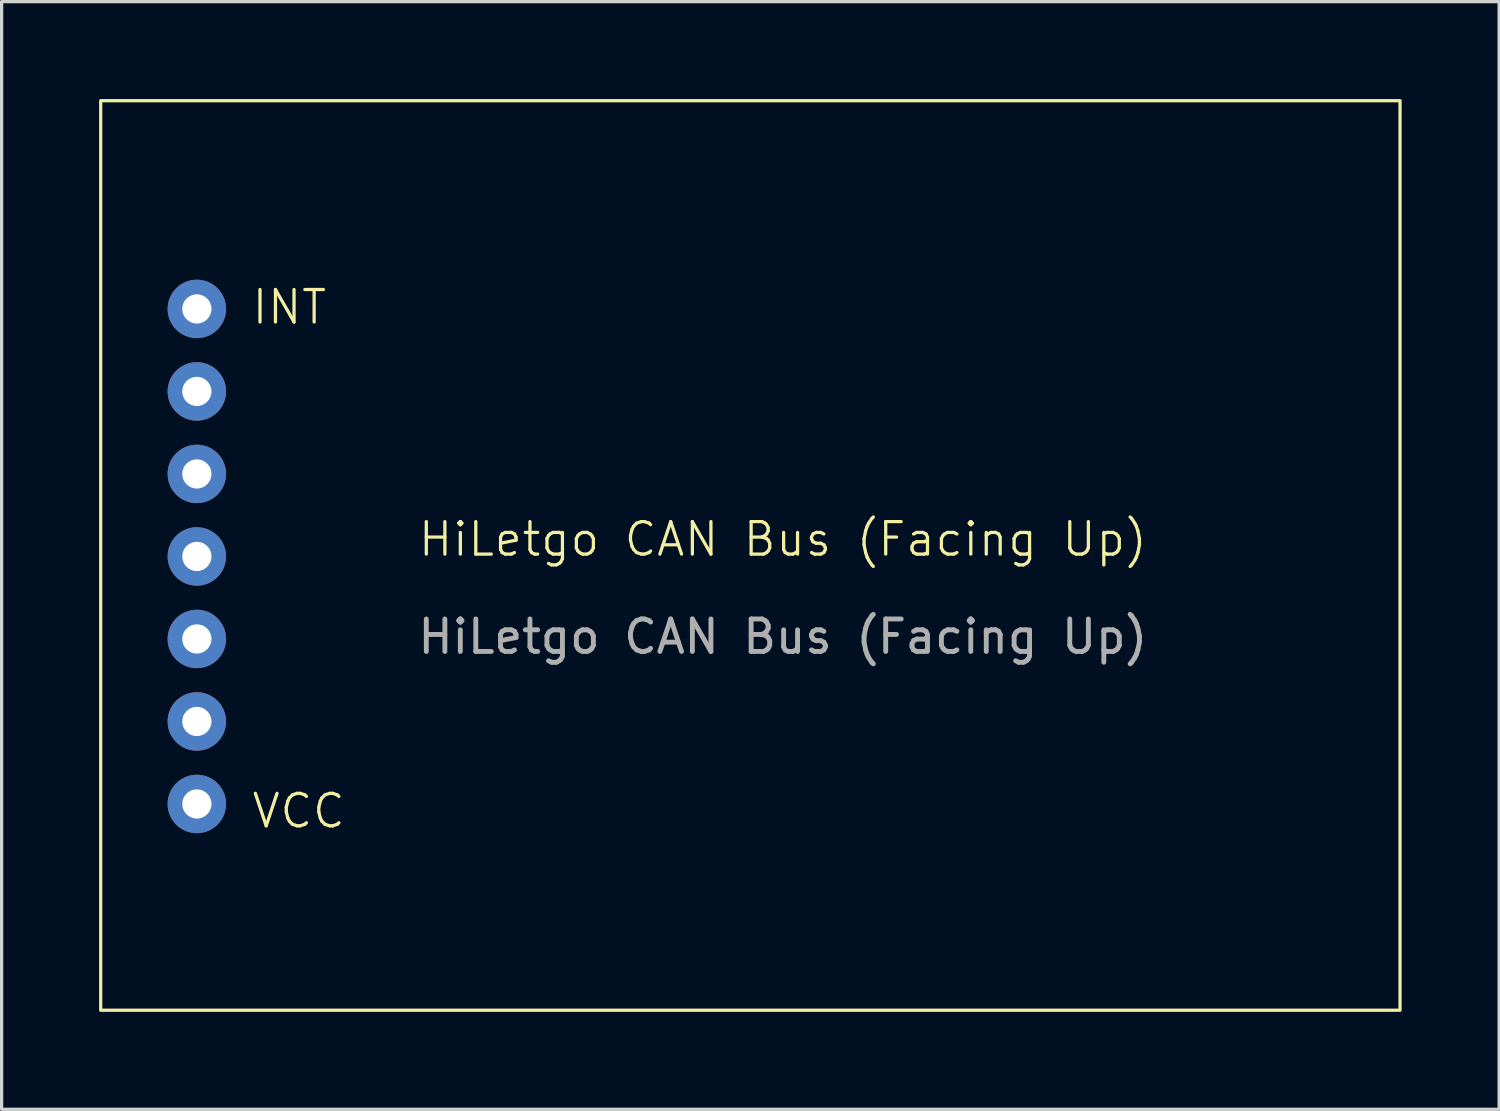
<source format=kicad_pcb>
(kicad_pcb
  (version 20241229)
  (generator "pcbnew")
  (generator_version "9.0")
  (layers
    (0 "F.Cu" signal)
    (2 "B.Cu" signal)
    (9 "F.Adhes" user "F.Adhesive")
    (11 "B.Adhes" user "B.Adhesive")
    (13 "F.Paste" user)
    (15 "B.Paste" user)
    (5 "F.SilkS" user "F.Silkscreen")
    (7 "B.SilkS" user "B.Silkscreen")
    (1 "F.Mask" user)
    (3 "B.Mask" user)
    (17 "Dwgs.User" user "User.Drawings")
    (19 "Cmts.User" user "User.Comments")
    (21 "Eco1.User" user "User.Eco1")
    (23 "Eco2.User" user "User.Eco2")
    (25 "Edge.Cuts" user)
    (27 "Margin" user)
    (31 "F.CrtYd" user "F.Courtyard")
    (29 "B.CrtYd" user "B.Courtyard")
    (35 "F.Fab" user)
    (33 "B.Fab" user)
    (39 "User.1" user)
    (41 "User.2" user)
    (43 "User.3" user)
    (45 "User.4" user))
  (footprint "HiLetgo CAN Bus (Facing Up)"
    (layer "F.Cu")
    (at 21.05 14.05)
    (property "Reference" "HiLetgo CAN Bus (Facing Up)" (at 0 -0.5 0) (unlocked yes) (layer "F.SilkS") (effects (font (size 1 1) (thickness 0.1))))
    (attr through_hole)
    (fp_rect (start -21 -14) (end 19 14) (stroke (width 0.1) (type default)) (fill no) (layer "F.SilkS"))
    (fp_text user "VCC" (at -16.4 8.45 0) (unlocked yes) (layer "F.SilkS") (effects (font (size 1 1) (thickness 0.1)) (justify left bottom)))
    (fp_text user "INT" (at -16.4 -7.06 0) (unlocked yes) (layer "F.SilkS") (effects (font (size 1 1) (thickness 0.1)) (justify left bottom)))
    (fp_text user "${REFERENCE}" (at 0 2.5 0) (unlocked yes) (layer "F.Fab") (effects (font (size 1 1) (thickness 0.15))))
    (pad "1" thru_hole circle (at -18.04 -7.59) (size 1.8 1.8) (drill 0.9) (layers "*.Cu" "*.Mask"))
    (pad "2" thru_hole circle (at -18.04 -5.05) (size 1.8 1.8) (drill 0.9) (layers "*.Cu" "*.Mask"))
    (pad "3" thru_hole circle (at -18.04 -2.51) (size 1.8 1.8) (drill 0.9) (layers "*.Cu" "*.Mask"))
    (pad "4" thru_hole circle (at -18.04 0.03) (size 1.8 1.8) (drill 0.9) (layers "*.Cu" "*.Mask"))
    (pad "5" thru_hole circle (at -18.04 2.57) (size 1.8 1.8) (drill 0.9) (layers "*.Cu" "*.Mask"))
    (pad "6" thru_hole circle (at -18.04 5.11) (size 1.8 1.8) (drill 0.9) (layers "*.Cu" "*.Mask"))
    (pad "7" thru_hole circle (at -18.04 7.65) (size 1.8 1.8) (drill 0.9) (layers "*.Cu" "*.Mask")))
  (gr_rect
    (start -3 -3)
    (end 43.1 31.1)
    (stroke (width 0.1) (type default))
    (fill no)
    (layer "Edge.Cuts")))
</source>
